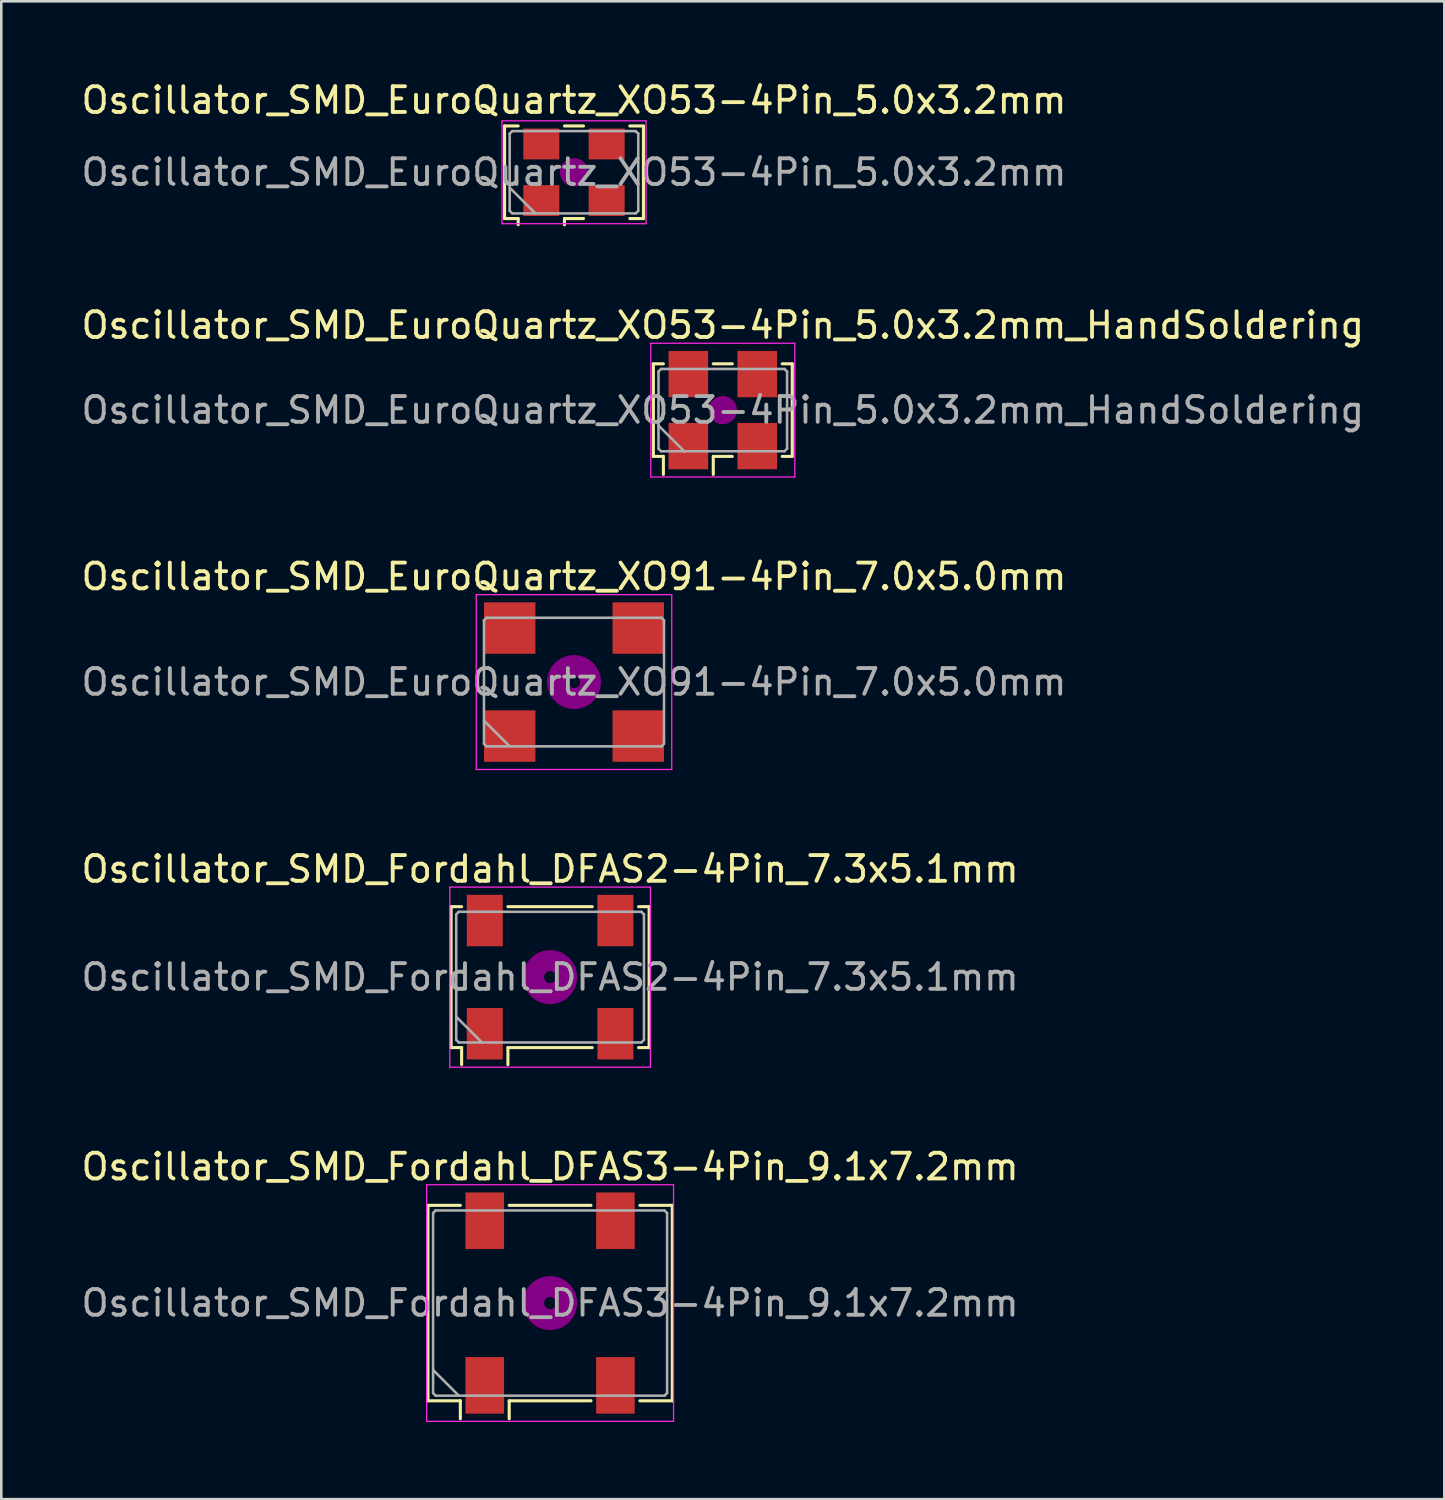
<source format=kicad_pcb>
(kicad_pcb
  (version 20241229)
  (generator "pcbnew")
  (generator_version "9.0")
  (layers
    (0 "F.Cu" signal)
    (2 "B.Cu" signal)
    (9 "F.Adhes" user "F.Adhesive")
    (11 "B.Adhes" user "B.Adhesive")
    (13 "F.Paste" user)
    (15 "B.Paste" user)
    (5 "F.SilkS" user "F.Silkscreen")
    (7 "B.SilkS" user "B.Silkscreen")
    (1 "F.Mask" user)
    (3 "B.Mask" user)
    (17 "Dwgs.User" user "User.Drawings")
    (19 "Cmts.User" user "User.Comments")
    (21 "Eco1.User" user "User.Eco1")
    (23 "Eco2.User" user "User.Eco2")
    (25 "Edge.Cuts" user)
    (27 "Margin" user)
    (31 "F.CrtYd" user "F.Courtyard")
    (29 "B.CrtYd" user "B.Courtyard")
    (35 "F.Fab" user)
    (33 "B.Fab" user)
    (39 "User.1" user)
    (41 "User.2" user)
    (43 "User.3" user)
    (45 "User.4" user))
  (footprint "Oscillator_SMD_EuroQuartz_XO53-4Pin_5.0x3.2mm_HandSoldering"
    (layer "F.Cu")
    (at 25.054 12.896)
    (property "Reference" "Oscillator_SMD_EuroQuartz_XO53-4Pin_5.0x3.2mm_HandSoldering" (at 0 -3.3 0) (layer "F.SilkS") (effects (font (size 1 1) (thickness 0.15))))
    (attr smd)
    (fp_line (start -2.7 -1.8) (end -2.31 -1.8) (stroke (width 0.12) (type solid)) (layer "F.SilkS"))
    (fp_line (start -2.7 1.8) (end -2.7 -1.8) (stroke (width 0.12) (type solid)) (layer "F.SilkS"))
    (fp_line (start -2.31 1.8) (end -2.7 1.8) (stroke (width 0.12) (type solid)) (layer "F.SilkS"))
    (fp_line (start -2.31 2.5) (end -2.31 1.8) (stroke (width 0.12) (type solid)) (layer "F.SilkS"))
    (fp_line (start -0.37 -1.8) (end 0.37 -1.8) (stroke (width 0.12) (type solid)) (layer "F.SilkS"))
    (fp_line (start -0.37 1.8) (end -0.37 2.5) (stroke (width 0.12) (type solid)) (layer "F.SilkS"))
    (fp_line (start 0.37 1.8) (end -0.37 1.8) (stroke (width 0.12) (type solid)) (layer "F.SilkS"))
    (fp_line (start 2.31 -1.8) (end 2.7 -1.8) (stroke (width 0.12) (type solid)) (layer "F.SilkS"))
    (fp_line (start 2.7 -1.8) (end 2.7 1.8) (stroke (width 0.12) (type solid)) (layer "F.SilkS"))
    (fp_line (start 2.7 1.8) (end 2.31 1.8) (stroke (width 0.12) (type solid)) (layer "F.SilkS"))
    (fp_circle (center 0 0) (end 0.117 0) (stroke (width 0.233) (type solid)) (fill no) (layer "F.Adhes"))
    (fp_circle (center 0 0) (end 0.267 0) (stroke (width 0.167) (type solid)) (fill no) (layer "F.Adhes"))
    (fp_circle (center 0 0) (end 0.417 0) (stroke (width 0.167) (type solid)) (fill no) (layer "F.Adhes"))
    (fp_circle (center 0 0) (end 0.5 0) (stroke (width 0.1) (type solid)) (fill no) (layer "F.Adhes"))
    (fp_line (start -2.8 -2.6) (end -2.8 2.6) (stroke (width 0.05) (type solid)) (layer "F.CrtYd"))
    (fp_line (start -2.8 2.6) (end 2.8 2.6) (stroke (width 0.05) (type solid)) (layer "F.CrtYd"))
    (fp_line (start 2.8 -2.6) (end -2.8 -2.6) (stroke (width 0.05) (type solid)) (layer "F.CrtYd"))
    (fp_line (start 2.8 2.6) (end 2.8 -2.6) (stroke (width 0.05) (type solid)) (layer "F.CrtYd"))
    (fp_line (start -2.5 -1.5) (end -2.4 -1.6) (stroke (width 0.1) (type solid)) (layer "F.Fab"))
    (fp_line (start -2.5 0.6) (end -1.5 1.6) (stroke (width 0.1) (type solid)) (layer "F.Fab"))
    (fp_line (start -2.5 1.5) (end -2.5 -1.5) (stroke (width 0.1) (type solid)) (layer "F.Fab"))
    (fp_line (start -2.4 -1.6) (end 2.4 -1.6) (stroke (width 0.1) (type solid)) (layer "F.Fab"))
    (fp_line (start -2.4 1.6) (end -2.5 1.5) (stroke (width 0.1) (type solid)) (layer "F.Fab"))
    (fp_line (start 2.4 -1.6) (end 2.5 -1.5) (stroke (width 0.1) (type solid)) (layer "F.Fab"))
    (fp_line (start 2.4 1.6) (end -2.4 1.6) (stroke (width 0.1) (type solid)) (layer "F.Fab"))
    (fp_line (start 2.5 -1.5) (end 2.5 1.5) (stroke (width 0.1) (type solid)) (layer "F.Fab"))
    (fp_line (start 2.5 1.5) (end 2.4 1.6) (stroke (width 0.1) (type solid)) (layer "F.Fab"))
    (fp_text user "${REFERENCE}" (at 0 0 0) (layer "F.Fab") (effects (font (size 1 1) (thickness 0.15))))
    (pad "1" smd rect (at -1.34 1.4) (size 1.54 1.8) (layers "F.Cu" "F.Mask" "F.Paste"))
    (pad "2" smd rect (at 1.34 1.4) (size 1.54 1.8) (layers "F.Cu" "F.Mask" "F.Paste"))
    (pad "3" smd rect (at 1.34 -1.4) (size 1.54 1.8) (layers "F.Cu" "F.Mask" "F.Paste"))
    (pad "4" smd rect (at -1.34 -1.4) (size 1.54 1.8) (layers "F.Cu" "F.Mask" "F.Paste")))
  (footprint "Oscillator_SMD_Fordahl_DFAS3-4Pin_9.1x7.2mm"
    (layer "F.Cu")
    (at 18.339 47.616)
    (property "Reference" "Oscillator_SMD_Fordahl_DFAS3-4Pin_9.1x7.2mm" (at 0 -5.3 0) (layer "F.SilkS") (effects (font (size 1 1) (thickness 0.15))))
    (attr smd)
    (fp_line (start -4.75 -3.8) (end -3.49 -3.8) (stroke (width 0.12) (type solid)) (layer "F.SilkS"))
    (fp_line (start -4.75 3.8) (end -4.75 -3.8) (stroke (width 0.12) (type solid)) (layer "F.SilkS"))
    (fp_line (start -3.49 3.8) (end -4.75 3.8) (stroke (width 0.12) (type solid)) (layer "F.SilkS"))
    (fp_line (start -3.49 4.5) (end -3.49 3.8) (stroke (width 0.12) (type solid)) (layer "F.SilkS"))
    (fp_line (start -1.59 -3.8) (end 1.59 -3.8) (stroke (width 0.12) (type solid)) (layer "F.SilkS"))
    (fp_line (start -1.59 3.8) (end -1.59 4.5) (stroke (width 0.12) (type solid)) (layer "F.SilkS"))
    (fp_line (start 1.59 3.8) (end -1.59 3.8) (stroke (width 0.12) (type solid)) (layer "F.SilkS"))
    (fp_line (start 3.49 -3.8) (end 4.75 -3.8) (stroke (width 0.12) (type solid)) (layer "F.SilkS"))
    (fp_line (start 4.75 -3.8) (end 4.75 3.8) (stroke (width 0.12) (type solid)) (layer "F.SilkS"))
    (fp_line (start 4.75 3.8) (end 3.49 3.8) (stroke (width 0.12) (type solid)) (layer "F.SilkS"))
    (fp_circle (center 0 0) (end 0.233 0) (stroke (width 0.467) (type solid)) (fill no) (layer "F.Adhes"))
    (fp_circle (center 0 0) (end 0.533 0) (stroke (width 0.333) (type solid)) (fill no) (layer "F.Adhes"))
    (fp_circle (center 0 0) (end 0.833 0) (stroke (width 0.333) (type solid)) (fill no) (layer "F.Adhes"))
    (fp_circle (center 0 0) (end 1 0) (stroke (width 0.1) (type solid)) (fill no) (layer "F.Adhes"))
    (fp_line (start -4.8 -4.6) (end -4.8 4.6) (stroke (width 0.05) (type solid)) (layer "F.CrtYd"))
    (fp_line (start -4.8 4.6) (end 4.8 4.6) (stroke (width 0.05) (type solid)) (layer "F.CrtYd"))
    (fp_line (start 4.8 -4.6) (end -4.8 -4.6) (stroke (width 0.05) (type solid)) (layer "F.CrtYd"))
    (fp_line (start 4.8 4.6) (end 4.8 -4.6) (stroke (width 0.05) (type solid)) (layer "F.CrtYd"))
    (fp_line (start -4.55 -3.5) (end -4.45 -3.6) (stroke (width 0.1) (type solid)) (layer "F.Fab"))
    (fp_line (start -4.55 2.6) (end -3.55 3.6) (stroke (width 0.1) (type solid)) (layer "F.Fab"))
    (fp_line (start -4.55 3.5) (end -4.55 -3.5) (stroke (width 0.1) (type solid)) (layer "F.Fab"))
    (fp_line (start -4.45 -3.6) (end 4.45 -3.6) (stroke (width 0.1) (type solid)) (layer "F.Fab"))
    (fp_line (start -4.45 3.6) (end -4.55 3.5) (stroke (width 0.1) (type solid)) (layer "F.Fab"))
    (fp_line (start 4.45 -3.6) (end 4.55 -3.5) (stroke (width 0.1) (type solid)) (layer "F.Fab"))
    (fp_line (start 4.45 3.6) (end -4.45 3.6) (stroke (width 0.1) (type solid)) (layer "F.Fab"))
    (fp_line (start 4.55 -3.5) (end 4.55 3.5) (stroke (width 0.1) (type solid)) (layer "F.Fab"))
    (fp_line (start 4.55 3.5) (end 4.45 3.6) (stroke (width 0.1) (type solid)) (layer "F.Fab"))
    (fp_text user "${REFERENCE}" (at 0 0 0) (layer "F.Fab") (effects (font (size 1 1) (thickness 0.15))))
    (pad "1" smd rect (at -2.54 3.2) (size 1.5 2.2) (layers "F.Cu" "F.Mask" "F.Paste"))
    (pad "2" smd rect (at 2.54 3.2) (size 1.5 2.2) (layers "F.Cu" "F.Mask" "F.Paste"))
    (pad "3" smd rect (at 2.54 -3.2) (size 1.5 2.2) (layers "F.Cu" "F.Mask" "F.Paste"))
    (pad "4" smd rect (at -2.54 -3.2) (size 1.5 2.2) (layers "F.Cu" "F.Mask" "F.Paste")))
  (footprint "Oscillator_SMD_EuroQuartz_XO91-4Pin_7.0x5.0mm"
    (layer "F.Cu")
    (at 19.268 23.47)
    (property "Reference" "Oscillator_SMD_EuroQuartz_XO91-4Pin_7.0x5.0mm" (at 0 -4.1 0) (layer "F.SilkS") (effects (font (size 1 1) (thickness 0.15))))
    (attr smd)
    (fp_circle (center 0 0) (end 0.233 0) (stroke (width 0.467) (type solid)) (fill no) (layer "F.Adhes"))
    (fp_circle (center 0 0) (end 0.533 0) (stroke (width 0.333) (type solid)) (fill no) (layer "F.Adhes"))
    (fp_circle (center 0 0) (end 0.833 0) (stroke (width 0.333) (type solid)) (fill no) (layer "F.Adhes"))
    (fp_circle (center 0 0) (end 1 0) (stroke (width 0.1) (type solid)) (fill no) (layer "F.Adhes"))
    (fp_line (start -3.8 -3.4) (end -3.8 3.4) (stroke (width 0.05) (type solid)) (layer "F.CrtYd"))
    (fp_line (start -3.8 3.4) (end 3.8 3.4) (stroke (width 0.05) (type solid)) (layer "F.CrtYd"))
    (fp_line (start 3.8 -3.4) (end -3.8 -3.4) (stroke (width 0.05) (type solid)) (layer "F.CrtYd"))
    (fp_line (start 3.8 3.4) (end 3.8 -3.4) (stroke (width 0.05) (type solid)) (layer "F.CrtYd"))
    (fp_line (start -3.5 -2.4) (end -3.4 -2.5) (stroke (width 0.1) (type solid)) (layer "F.Fab"))
    (fp_line (start -3.5 1.5) (end -2.5 2.5) (stroke (width 0.1) (type solid)) (layer "F.Fab"))
    (fp_line (start -3.5 2.4) (end -3.5 -2.4) (stroke (width 0.1) (type solid)) (layer "F.Fab"))
    (fp_line (start -3.4 -2.5) (end 3.4 -2.5) (stroke (width 0.1) (type solid)) (layer "F.Fab"))
    (fp_line (start -3.4 2.5) (end -3.5 2.4) (stroke (width 0.1) (type solid)) (layer "F.Fab"))
    (fp_line (start 3.4 -2.5) (end 3.5 -2.4) (stroke (width 0.1) (type solid)) (layer "F.Fab"))
    (fp_line (start 3.4 2.5) (end -3.4 2.5) (stroke (width 0.1) (type solid)) (layer "F.Fab"))
    (fp_line (start 3.5 -2.4) (end 3.5 2.4) (stroke (width 0.1) (type solid)) (layer "F.Fab"))
    (fp_line (start 3.5 2.4) (end 3.4 2.5) (stroke (width 0.1) (type solid)) (layer "F.Fab"))
    (fp_text user "${REFERENCE}" (at 0 0 0) (layer "F.Fab") (effects (font (size 1 1) (thickness 0.15))))
    (pad "1" smd rect (at -2.5 2.1) (size 2 2) (layers "F.Cu" "F.Mask" "F.Paste"))
    (pad "2" smd rect (at 2.5 2.1) (size 2 2) (layers "F.Cu" "F.Mask" "F.Paste"))
    (pad "3" smd rect (at 2.5 -2.1) (size 2 2) (layers "F.Cu" "F.Mask" "F.Paste"))
    (pad "4" smd rect (at -2.5 -2.1) (size 2 2) (layers "F.Cu" "F.Mask" "F.Paste")))
  (footprint "Oscillator_SMD_Fordahl_DFAS2-4Pin_7.3x5.1mm"
    (layer "F.Cu")
    (at 18.339 34.943)
    (property "Reference" "Oscillator_SMD_Fordahl_DFAS2-4Pin_7.3x5.1mm" (at 0 -4.2 0) (layer "F.SilkS") (effects (font (size 1 1) (thickness 0.15))))
    (attr smd)
    (fp_line (start -3.85 -2.74) (end -3.44 -2.74) (stroke (width 0.12) (type solid)) (layer "F.SilkS"))
    (fp_line (start -3.85 2.74) (end -3.85 -2.74) (stroke (width 0.12) (type solid)) (layer "F.SilkS"))
    (fp_line (start -3.44 2.74) (end -3.85 2.74) (stroke (width 0.12) (type solid)) (layer "F.SilkS"))
    (fp_line (start -3.44 3.4) (end -3.44 2.74) (stroke (width 0.12) (type solid)) (layer "F.SilkS"))
    (fp_line (start -1.64 -2.74) (end 1.64 -2.74) (stroke (width 0.12) (type solid)) (layer "F.SilkS"))
    (fp_line (start -1.64 2.74) (end -1.64 3.4) (stroke (width 0.12) (type solid)) (layer "F.SilkS"))
    (fp_line (start 1.64 2.74) (end -1.64 2.74) (stroke (width 0.12) (type solid)) (layer "F.SilkS"))
    (fp_line (start 3.44 -2.74) (end 3.85 -2.74) (stroke (width 0.12) (type solid)) (layer "F.SilkS"))
    (fp_line (start 3.85 -2.74) (end 3.85 2.74) (stroke (width 0.12) (type solid)) (layer "F.SilkS"))
    (fp_line (start 3.85 2.74) (end 3.44 2.74) (stroke (width 0.12) (type solid)) (layer "F.SilkS"))
    (fp_circle (center 0 0) (end 0.233 0) (stroke (width 0.467) (type solid)) (fill no) (layer "F.Adhes"))
    (fp_circle (center 0 0) (end 0.533 0) (stroke (width 0.333) (type solid)) (fill no) (layer "F.Adhes"))
    (fp_circle (center 0 0) (end 0.833 0) (stroke (width 0.333) (type solid)) (fill no) (layer "F.Adhes"))
    (fp_circle (center 0 0) (end 1 0) (stroke (width 0.1) (type solid)) (fill no) (layer "F.Adhes"))
    (fp_line (start -3.9 -3.5) (end -3.9 3.5) (stroke (width 0.05) (type solid)) (layer "F.CrtYd"))
    (fp_line (start -3.9 3.5) (end 3.9 3.5) (stroke (width 0.05) (type solid)) (layer "F.CrtYd"))
    (fp_line (start 3.9 -3.5) (end -3.9 -3.5) (stroke (width 0.05) (type solid)) (layer "F.CrtYd"))
    (fp_line (start 3.9 3.5) (end 3.9 -3.5) (stroke (width 0.05) (type solid)) (layer "F.CrtYd"))
    (fp_line (start -3.65 -2.44) (end -3.55 -2.54) (stroke (width 0.1) (type solid)) (layer "F.Fab"))
    (fp_line (start -3.65 1.54) (end -2.65 2.54) (stroke (width 0.1) (type solid)) (layer "F.Fab"))
    (fp_line (start -3.65 2.44) (end -3.65 -2.44) (stroke (width 0.1) (type solid)) (layer "F.Fab"))
    (fp_line (start -3.55 -2.54) (end 3.55 -2.54) (stroke (width 0.1) (type solid)) (layer "F.Fab"))
    (fp_line (start -3.55 2.54) (end -3.65 2.44) (stroke (width 0.1) (type solid)) (layer "F.Fab"))
    (fp_line (start 3.55 -2.54) (end 3.65 -2.44) (stroke (width 0.1) (type solid)) (layer "F.Fab"))
    (fp_line (start 3.55 2.54) (end -3.55 2.54) (stroke (width 0.1) (type solid)) (layer "F.Fab"))
    (fp_line (start 3.65 -2.44) (end 3.65 2.44) (stroke (width 0.1) (type solid)) (layer "F.Fab"))
    (fp_line (start 3.65 2.44) (end 3.55 2.54) (stroke (width 0.1) (type solid)) (layer "F.Fab"))
    (fp_text user "${REFERENCE}" (at 0 0 0) (layer "F.Fab") (effects (font (size 1 1) (thickness 0.15))))
    (pad "1" smd rect (at -2.54 2.2) (size 1.4 2) (layers "F.Cu" "F.Mask" "F.Paste"))
    (pad "2" smd rect (at 2.54 2.2) (size 1.4 2) (layers "F.Cu" "F.Mask" "F.Paste"))
    (pad "3" smd rect (at 2.54 -2.2) (size 1.4 2) (layers "F.Cu" "F.Mask" "F.Paste"))
    (pad "4" smd rect (at -2.54 -2.2) (size 1.4 2) (layers "F.Cu" "F.Mask" "F.Paste")))
  (footprint "Oscillator_SMD_EuroQuartz_XO53-4Pin_5.0x3.2mm"
    (layer "F.Cu")
    (at 19.268 3.648)
    (property "Reference" "Oscillator_SMD_EuroQuartz_XO53-4Pin_5.0x3.2mm" (at 0 -2.8 0) (layer "F.SilkS") (effects (font (size 1 1) (thickness 0.15))))
    (attr smd)
    (fp_line (start -2.7 -1.8) (end -2.17 -1.8) (stroke (width 0.12) (type solid)) (layer "F.SilkS"))
    (fp_line (start -2.7 1.8) (end -2.7 -1.8) (stroke (width 0.12) (type solid)) (layer "F.SilkS"))
    (fp_line (start -2.17 1.8) (end -2.7 1.8) (stroke (width 0.12) (type solid)) (layer "F.SilkS"))
    (fp_line (start -2.17 2.04) (end -2.17 1.8) (stroke (width 0.12) (type solid)) (layer "F.SilkS"))
    (fp_line (start -0.37 -1.8) (end 0.37 -1.8) (stroke (width 0.12) (type solid)) (layer "F.SilkS"))
    (fp_line (start -0.37 1.8) (end -0.37 2.04) (stroke (width 0.12) (type solid)) (layer "F.SilkS"))
    (fp_line (start 0.37 1.8) (end -0.37 1.8) (stroke (width 0.12) (type solid)) (layer "F.SilkS"))
    (fp_line (start 2.17 -1.8) (end 2.7 -1.8) (stroke (width 0.12) (type solid)) (layer "F.SilkS"))
    (fp_line (start 2.7 -1.8) (end 2.7 1.8) (stroke (width 0.12) (type solid)) (layer "F.SilkS"))
    (fp_line (start 2.7 1.8) (end 2.17 1.8) (stroke (width 0.12) (type solid)) (layer "F.SilkS"))
    (fp_circle (center 0 0) (end 0.117 0) (stroke (width 0.233) (type solid)) (fill no) (layer "F.Adhes"))
    (fp_circle (center 0 0) (end 0.267 0) (stroke (width 0.167) (type solid)) (fill no) (layer "F.Adhes"))
    (fp_circle (center 0 0) (end 0.417 0) (stroke (width 0.167) (type solid)) (fill no) (layer "F.Adhes"))
    (fp_circle (center 0 0) (end 0.5 0) (stroke (width 0.1) (type solid)) (fill no) (layer "F.Adhes"))
    (fp_line (start -2.8 -2) (end -2.8 2) (stroke (width 0.05) (type solid)) (layer "F.CrtYd"))
    (fp_line (start -2.8 2) (end 2.8 2) (stroke (width 0.05) (type solid)) (layer "F.CrtYd"))
    (fp_line (start 2.8 -2) (end -2.8 -2) (stroke (width 0.05) (type solid)) (layer "F.CrtYd"))
    (fp_line (start 2.8 2) (end 2.8 -2) (stroke (width 0.05) (type solid)) (layer "F.CrtYd"))
    (fp_line (start -2.5 -1.5) (end -2.4 -1.6) (stroke (width 0.1) (type solid)) (layer "F.Fab"))
    (fp_line (start -2.5 0.6) (end -1.5 1.6) (stroke (width 0.1) (type solid)) (layer "F.Fab"))
    (fp_line (start -2.5 1.5) (end -2.5 -1.5) (stroke (width 0.1) (type solid)) (layer "F.Fab"))
    (fp_line (start -2.4 -1.6) (end 2.4 -1.6) (stroke (width 0.1) (type solid)) (layer "F.Fab"))
    (fp_line (start -2.4 1.6) (end -2.5 1.5) (stroke (width 0.1) (type solid)) (layer "F.Fab"))
    (fp_line (start 2.4 -1.6) (end 2.5 -1.5) (stroke (width 0.1) (type solid)) (layer "F.Fab"))
    (fp_line (start 2.4 1.6) (end -2.4 1.6) (stroke (width 0.1) (type solid)) (layer "F.Fab"))
    (fp_line (start 2.5 -1.5) (end 2.5 1.5) (stroke (width 0.1) (type solid)) (layer "F.Fab"))
    (fp_line (start 2.5 1.5) (end 2.4 1.6) (stroke (width 0.1) (type solid)) (layer "F.Fab"))
    (fp_text user "${REFERENCE}" (at 0 0 0) (layer "F.Fab") (effects (font (size 1 1) (thickness 0.15))))
    (pad "1" smd rect (at -1.27 1.1) (size 1.4 1.2) (layers "F.Cu" "F.Mask" "F.Paste"))
    (pad "2" smd rect (at 1.27 1.1) (size 1.4 1.2) (layers "F.Cu" "F.Mask" "F.Paste"))
    (pad "3" smd rect (at 1.27 -1.1) (size 1.4 1.2) (layers "F.Cu" "F.Mask" "F.Paste"))
    (pad "4" smd rect (at -1.27 -1.1) (size 1.4 1.2) (layers "F.Cu" "F.Mask" "F.Paste")))
  (gr_rect
    (start -3 -3)
    (end 53.107 55.241)
    (stroke (width 0.1) (type default))
    (fill no)
    (layer "Edge.Cuts")))
</source>
